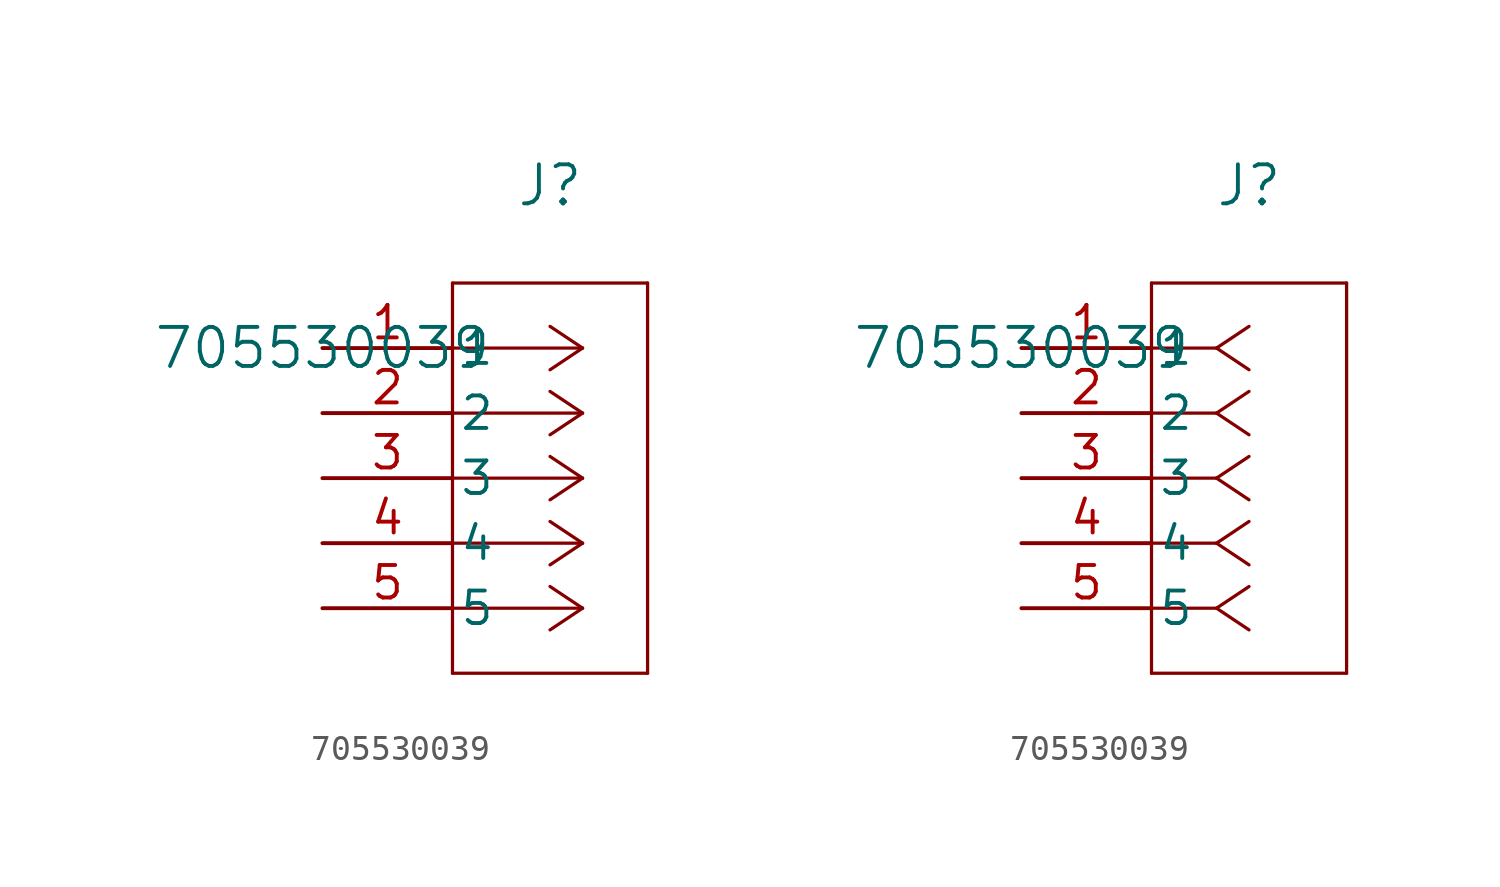
<source format=kicad_sym>
(kicad_symbol_lib
  (version 20211014)
  (generator kicad_symbol_editor)
  (symbol "705530039"
    (pin_names
      (offset 0.254))
    (property "Reference" "J"
      (at 8.89 6.35 0)
      (effects (font (size 1.524 1.524))))
    (property "Value" "705530039"
      (at 0 0 0)
      (effects (font (size 1.524 1.524))))
    (symbol "705530039_1_1"
      (polyline (pts (xy 10.16 0) (xy 5.08 0)) (stroke (width 0.127) (type default) (color 0 0 0 0)) (fill (type none)))
      (polyline (pts (xy 10.16 -2.54) (xy 5.08 -2.54)) (stroke (width 0.127) (type default) (color 0 0 0 0)) (fill (type none)))
      (polyline (pts (xy 10.16 -5.08) (xy 5.08 -5.08)) (stroke (width 0.127) (type default) (color 0 0 0 0)) (fill (type none)))
      (polyline (pts (xy 10.16 -7.62) (xy 5.08 -7.62)) (stroke (width 0.127) (type default) (color 0 0 0 0)) (fill (type none)))
      (polyline (pts (xy 10.16 -10.16) (xy 5.08 -10.16)) (stroke (width 0.127) (type default) (color 0 0 0 0)) (fill (type none)))
      (polyline (pts (xy 10.16 0) (xy 8.89 0.847)) (stroke (width 0.127) (type default) (color 0 0 0 0)) (fill (type none)))
      (polyline (pts (xy 10.16 -2.54) (xy 8.89 -1.693)) (stroke (width 0.127) (type default) (color 0 0 0 0)) (fill (type none)))
      (polyline (pts (xy 10.16 -5.08) (xy 8.89 -4.233)) (stroke (width 0.127) (type default) (color 0 0 0 0)) (fill (type none)))
      (polyline (pts (xy 10.16 -7.62) (xy 8.89 -6.773)) (stroke (width 0.127) (type default) (color 0 0 0 0)) (fill (type none)))
      (polyline (pts (xy 10.16 -10.16) (xy 8.89 -9.313)) (stroke (width 0.127) (type default) (color 0 0 0 0)) (fill (type none)))
      (polyline (pts (xy 10.16 0) (xy 8.89 -0.847)) (stroke (width 0.127) (type default) (color 0 0 0 0)) (fill (type none)))
      (polyline (pts (xy 10.16 -2.54) (xy 8.89 -3.387)) (stroke (width 0.127) (type default) (color 0 0 0 0)) (fill (type none)))
      (polyline (pts (xy 10.16 -5.08) (xy 8.89 -5.927)) (stroke (width 0.127) (type default) (color 0 0 0 0)) (fill (type none)))
      (polyline (pts (xy 10.16 -7.62) (xy 8.89 -8.467)) (stroke (width 0.127) (type default) (color 0 0 0 0)) (fill (type none)))
      (polyline (pts (xy 10.16 -10.16) (xy 8.89 -11.007)) (stroke (width 0.127) (type default) (color 0 0 0 0)) (fill (type none)))
      (polyline (pts (xy 5.08 2.54) (xy 5.08 -12.7)) (stroke (width 0.127) (type default) (color 0 0 0 0)) (fill (type none)))
      (polyline (pts (xy 5.08 -12.7) (xy 12.7 -12.7)) (stroke (width 0.127) (type default) (color 0 0 0 0)) (fill (type none)))
      (polyline (pts (xy 12.7 -12.7) (xy 12.7 2.54)) (stroke (width 0.127) (type default) (color 0 0 0 0)) (fill (type none)))
      (polyline (pts (xy 12.7 2.54) (xy 5.08 2.54)) (stroke (width 0.127) (type default) (color 0 0 0 0)) (fill (type none)))
      (pin unspecified line (at 0 0 0) (length 5.08) (name "1" (effects (font (size 1.27 1.27)))) (number "1" (effects (font (size 1.27 1.27)))))
      (pin unspecified line (at 0 -2.54 0) (length 5.08) (name "2" (effects (font (size 1.27 1.27)))) (number "2" (effects (font (size 1.27 1.27)))))
      (pin unspecified line (at 0 -5.08 0) (length 5.08) (name "3" (effects (font (size 1.27 1.27)))) (number "3" (effects (font (size 1.27 1.27)))))
      (pin unspecified line (at 0 -7.62 0) (length 5.08) (name "4" (effects (font (size 1.27 1.27)))) (number "4" (effects (font (size 1.27 1.27)))))
      (pin unspecified line (at 0 -10.16 0) (length 5.08) (name "5" (effects (font (size 1.27 1.27)))) (number "5" (effects (font (size 1.27 1.27))))))
    (symbol "705530039_1_2"
      (polyline (pts (xy 7.62 0) (xy 5.08 0)) (stroke (width 0.127) (type default) (color 0 0 0 0)) (fill (type none)))
      (polyline (pts (xy 7.62 -2.54) (xy 5.08 -2.54)) (stroke (width 0.127) (type default) (color 0 0 0 0)) (fill (type none)))
      (polyline (pts (xy 7.62 -5.08) (xy 5.08 -5.08)) (stroke (width 0.127) (type default) (color 0 0 0 0)) (fill (type none)))
      (polyline (pts (xy 7.62 -7.62) (xy 5.08 -7.62)) (stroke (width 0.127) (type default) (color 0 0 0 0)) (fill (type none)))
      (polyline (pts (xy 7.62 -10.16) (xy 5.08 -10.16)) (stroke (width 0.127) (type default) (color 0 0 0 0)) (fill (type none)))
      (polyline (pts (xy 7.62 0) (xy 8.89 0.847)) (stroke (width 0.127) (type default) (color 0 0 0 0)) (fill (type none)))
      (polyline (pts (xy 7.62 -2.54) (xy 8.89 -1.693)) (stroke (width 0.127) (type default) (color 0 0 0 0)) (fill (type none)))
      (polyline (pts (xy 7.62 -5.08) (xy 8.89 -4.233)) (stroke (width 0.127) (type default) (color 0 0 0 0)) (fill (type none)))
      (polyline (pts (xy 7.62 -7.62) (xy 8.89 -6.773)) (stroke (width 0.127) (type default) (color 0 0 0 0)) (fill (type none)))
      (polyline (pts (xy 7.62 -10.16) (xy 8.89 -9.313)) (stroke (width 0.127) (type default) (color 0 0 0 0)) (fill (type none)))
      (polyline (pts (xy 7.62 0) (xy 8.89 -0.847)) (stroke (width 0.127) (type default) (color 0 0 0 0)) (fill (type none)))
      (polyline (pts (xy 7.62 -2.54) (xy 8.89 -3.387)) (stroke (width 0.127) (type default) (color 0 0 0 0)) (fill (type none)))
      (polyline (pts (xy 7.62 -5.08) (xy 8.89 -5.927)) (stroke (width 0.127) (type default) (color 0 0 0 0)) (fill (type none)))
      (polyline (pts (xy 7.62 -7.62) (xy 8.89 -8.467)) (stroke (width 0.127) (type default) (color 0 0 0 0)) (fill (type none)))
      (polyline (pts (xy 7.62 -10.16) (xy 8.89 -11.007)) (stroke (width 0.127) (type default) (color 0 0 0 0)) (fill (type none)))
      (polyline (pts (xy 5.08 2.54) (xy 5.08 -12.7)) (stroke (width 0.127) (type default) (color 0 0 0 0)) (fill (type none)))
      (polyline (pts (xy 5.08 -12.7) (xy 12.7 -12.7)) (stroke (width 0.127) (type default) (color 0 0 0 0)) (fill (type none)))
      (polyline (pts (xy 12.7 -12.7) (xy 12.7 2.54)) (stroke (width 0.127) (type default) (color 0 0 0 0)) (fill (type none)))
      (polyline (pts (xy 12.7 2.54) (xy 5.08 2.54)) (stroke (width 0.127) (type default) (color 0 0 0 0)) (fill (type none)))
      (pin unspecified line (at 0 0 0) (length 5.08) (name "1" (effects (font (size 1.27 1.27)))) (number "1" (effects (font (size 1.27 1.27)))))
      (pin unspecified line (at 0 -2.54 0) (length 5.08) (name "2" (effects (font (size 1.27 1.27)))) (number "2" (effects (font (size 1.27 1.27)))))
      (pin unspecified line (at 0 -5.08 0) (length 5.08) (name "3" (effects (font (size 1.27 1.27)))) (number "3" (effects (font (size 1.27 1.27)))))
      (pin unspecified line (at 0 -7.62 0) (length 5.08) (name "4" (effects (font (size 1.27 1.27)))) (number "4" (effects (font (size 1.27 1.27)))))
      (pin unspecified line (at 0 -10.16 0) (length 5.08) (name "5" (effects (font (size 1.27 1.27)))) (number "5" (effects (font (size 1.27 1.27))))))))
</source>
